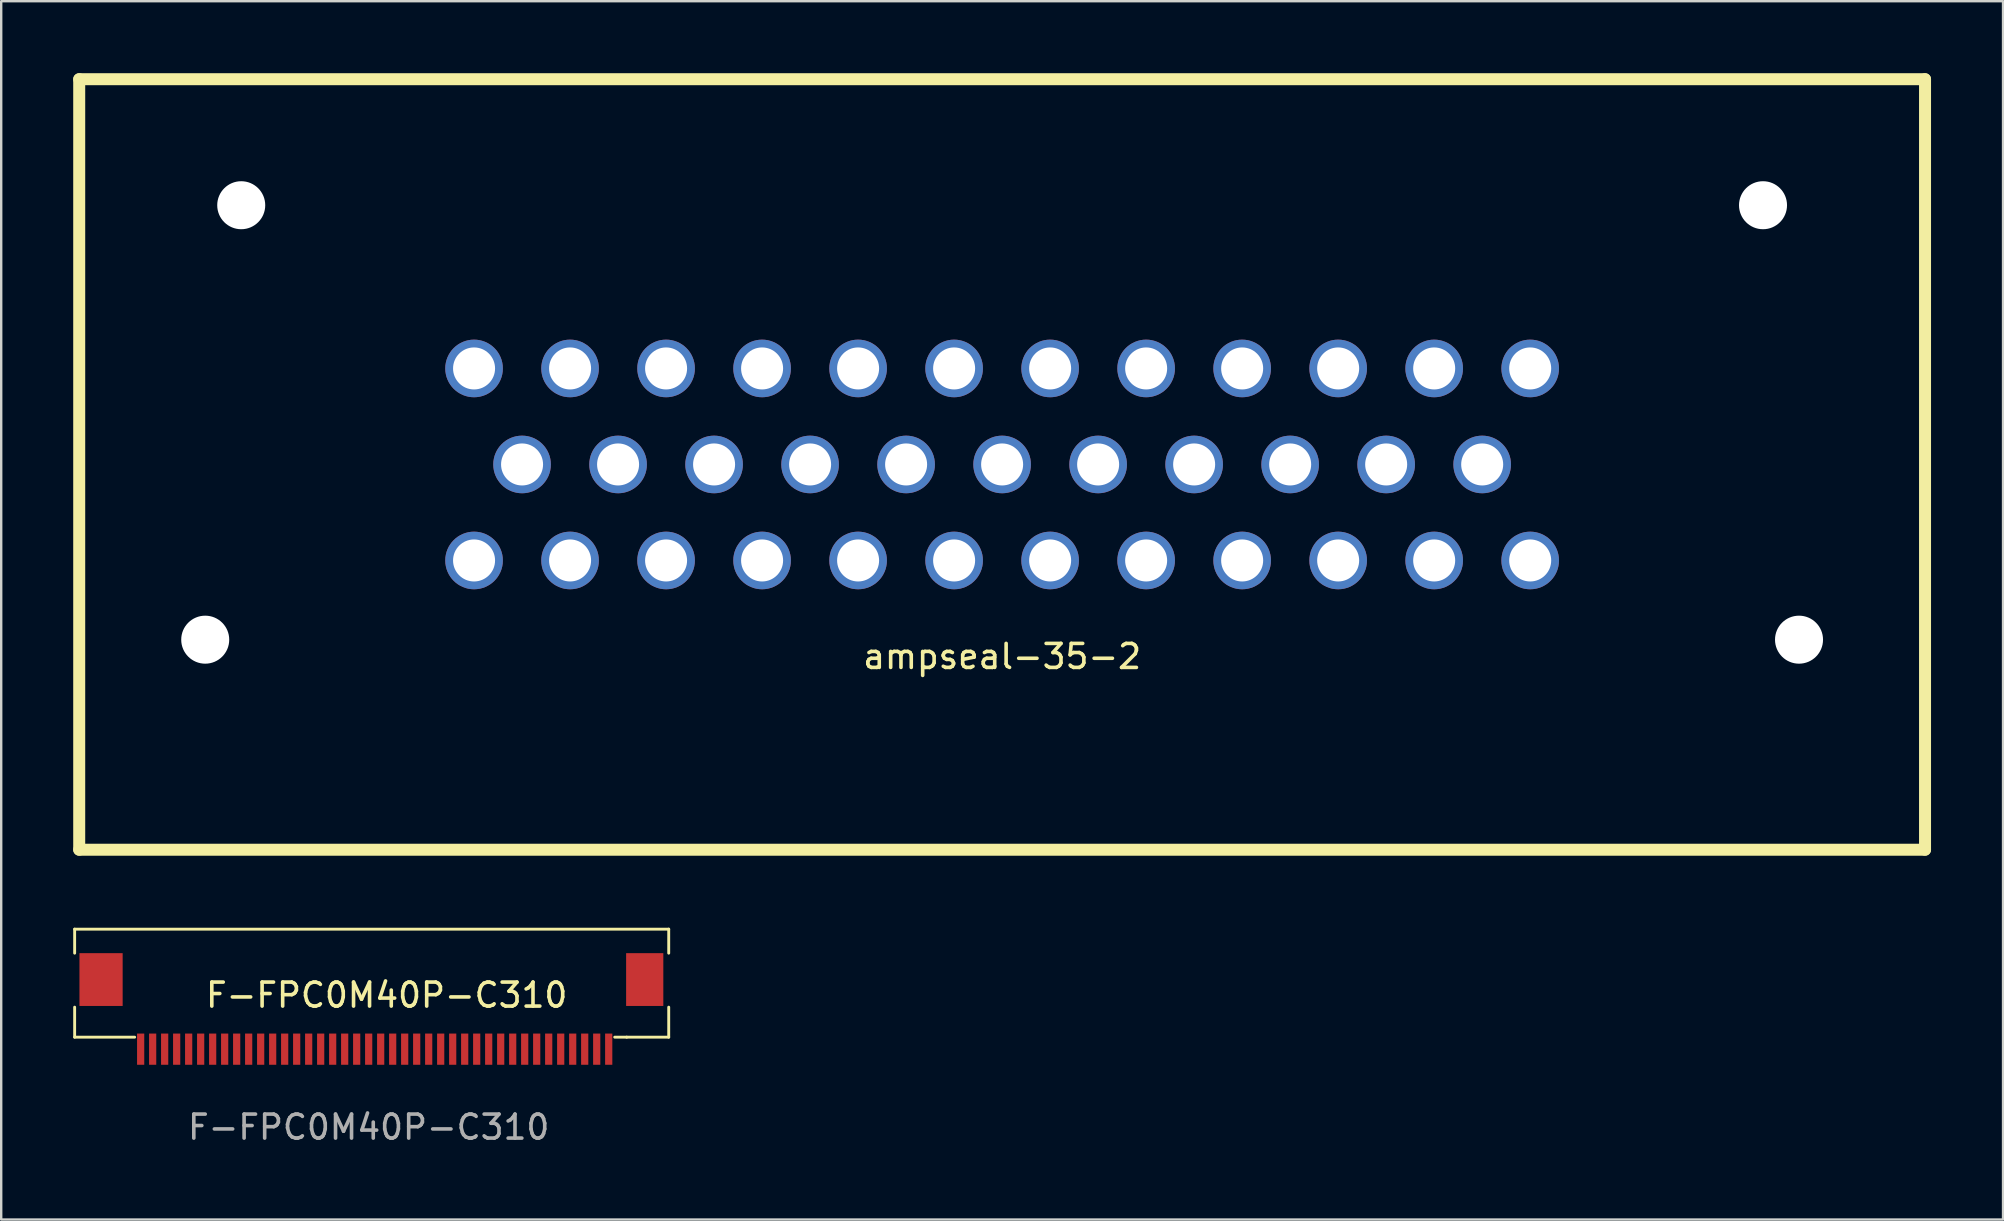
<source format=kicad_pcb>
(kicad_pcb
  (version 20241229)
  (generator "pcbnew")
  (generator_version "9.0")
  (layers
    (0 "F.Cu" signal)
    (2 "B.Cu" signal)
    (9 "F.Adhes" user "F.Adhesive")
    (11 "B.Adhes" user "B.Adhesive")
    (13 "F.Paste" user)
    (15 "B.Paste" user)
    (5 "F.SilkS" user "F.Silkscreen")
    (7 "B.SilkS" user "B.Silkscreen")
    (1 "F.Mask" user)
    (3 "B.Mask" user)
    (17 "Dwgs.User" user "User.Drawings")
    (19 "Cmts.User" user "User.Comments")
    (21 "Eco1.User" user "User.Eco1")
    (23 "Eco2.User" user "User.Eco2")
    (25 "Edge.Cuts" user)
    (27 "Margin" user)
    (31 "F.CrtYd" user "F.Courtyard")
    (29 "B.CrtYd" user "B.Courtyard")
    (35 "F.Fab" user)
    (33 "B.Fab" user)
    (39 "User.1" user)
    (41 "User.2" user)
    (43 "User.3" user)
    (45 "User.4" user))
  (footprint "F-FPC0M40P-C310"
    (layer "F.Cu")
    (at 12.56 38.41)
    (property "Reference" "F-FPC0M40P-C310" (at 0.5 0 0) (unlocked yes) (layer "F.SilkS") (effects (font (size 1 1) (thickness 0.15))))
    (attr smd)
    (fp_line (start -12.5 -2.75) (end -12.5 -1.75) (stroke (width 0.12) (type default)) (layer "F.SilkS"))
    (fp_line (start -12.5 0.5) (end -12.5 1.75) (stroke (width 0.12) (type default)) (layer "F.SilkS"))
    (fp_line (start -12.5 1.75) (end -10 1.75) (stroke (width 0.12) (type default)) (layer "F.SilkS"))
    (fp_line (start 10 1.75) (end 10.5 1.75) (stroke (width 0.12) (type default)) (layer "F.SilkS"))
    (fp_line (start 10.5 1.75) (end 12.25 1.75) (stroke (width 0.12) (type default)) (layer "F.SilkS"))
    (fp_line (start 12.25 -2.75) (end -12.5 -2.75) (stroke (width 0.12) (type default)) (layer "F.SilkS"))
    (fp_line (start 12.25 -1.75) (end 12.25 -2.75) (stroke (width 0.12) (type default)) (layer "F.SilkS"))
    (fp_line (start 12.25 1.75) (end 12.25 0.5) (stroke (width 0.12) (type default)) (layer "F.SilkS"))
    (fp_text user "${REFERENCE}" (at -0.25 5.5 0) (unlocked yes) (layer "F.Fab") (effects (font (size 1 1) (thickness 0.15))))
    (pad "1" smd rect (at -9.75 2.25) (size 0.3 1.3) (layers "F.Cu" "F.Mask" "F.Paste"))
    (pad "2" smd rect (at -9.25 2.25) (size 0.3 1.3) (layers "F.Cu" "F.Mask" "F.Paste"))
    (pad "3" smd rect (at -8.75 2.25) (size 0.3 1.3) (layers "F.Cu" "F.Mask" "F.Paste"))
    (pad "4" smd rect (at -8.25 2.25) (size 0.3 1.3) (layers "F.Cu" "F.Mask" "F.Paste"))
    (pad "5" smd rect (at -7.75 2.25) (size 0.3 1.3) (layers "F.Cu" "F.Mask" "F.Paste"))
    (pad "6" smd rect (at -7.25 2.25) (size 0.3 1.3) (layers "F.Cu" "F.Mask" "F.Paste"))
    (pad "7" smd rect (at -6.75 2.25) (size 0.3 1.3) (layers "F.Cu" "F.Mask" "F.Paste"))
    (pad "8" smd rect (at -6.25 2.25) (size 0.3 1.3) (layers "F.Cu" "F.Mask" "F.Paste"))
    (pad "9" smd rect (at -5.75 2.25) (size 0.3 1.3) (layers "F.Cu" "F.Mask" "F.Paste"))
    (pad "10" smd rect (at -5.25 2.25) (size 0.3 1.3) (layers "F.Cu" "F.Mask" "F.Paste"))
    (pad "11" smd rect (at -4.75 2.25) (size 0.3 1.3) (layers "F.Cu" "F.Mask" "F.Paste"))
    (pad "12" smd rect (at -4.25 2.25) (size 0.3 1.3) (layers "F.Cu" "F.Mask" "F.Paste"))
    (pad "13" smd rect (at -3.75 2.25) (size 0.3 1.3) (layers "F.Cu" "F.Mask" "F.Paste"))
    (pad "14" smd rect (at -3.25 2.25) (size 0.3 1.3) (layers "F.Cu" "F.Mask" "F.Paste"))
    (pad "15" smd rect (at -2.75 2.25) (size 0.3 1.3) (layers "F.Cu" "F.Mask" "F.Paste"))
    (pad "16" smd rect (at -2.25 2.25) (size 0.3 1.3) (layers "F.Cu" "F.Mask" "F.Paste"))
    (pad "17" smd rect (at -1.75 2.25) (size 0.3 1.3) (layers "F.Cu" "F.Mask" "F.Paste"))
    (pad "18" smd rect (at -1.25 2.25) (size 0.3 1.3) (layers "F.Cu" "F.Mask" "F.Paste"))
    (pad "19" smd rect (at -0.75 2.25) (size 0.3 1.3) (layers "F.Cu" "F.Mask" "F.Paste"))
    (pad "20" smd rect (at -0.25 2.25) (size 0.3 1.3) (layers "F.Cu" "F.Mask" "F.Paste"))
    (pad "21" smd rect (at 0.25 2.25) (size 0.3 1.3) (layers "F.Cu" "F.Mask" "F.Paste"))
    (pad "22" smd rect (at 0.75 2.25) (size 0.3 1.3) (layers "F.Cu" "F.Mask" "F.Paste"))
    (pad "23" smd rect (at 1.25 2.25) (size 0.3 1.3) (layers "F.Cu" "F.Mask" "F.Paste"))
    (pad "24" smd rect (at 1.75 2.25) (size 0.3 1.3) (layers "F.Cu" "F.Mask" "F.Paste"))
    (pad "25" smd rect (at 2.25 2.25) (size 0.3 1.3) (layers "F.Cu" "F.Mask" "F.Paste"))
    (pad "26" smd rect (at 2.75 2.25) (size 0.3 1.3) (layers "F.Cu" "F.Mask" "F.Paste"))
    (pad "27" smd rect (at 3.25 2.25) (size 0.3 1.3) (layers "F.Cu" "F.Mask" "F.Paste"))
    (pad "28" smd rect (at 3.75 2.25) (size 0.3 1.3) (layers "F.Cu" "F.Mask" "F.Paste"))
    (pad "29" smd rect (at 4.25 2.25) (size 0.3 1.3) (layers "F.Cu" "F.Mask" "F.Paste"))
    (pad "30" smd rect (at 4.75 2.25) (size 0.3 1.3) (layers "F.Cu" "F.Mask" "F.Paste"))
    (pad "31" smd rect (at 5.25 2.25) (size 0.3 1.3) (layers "F.Cu" "F.Mask" "F.Paste"))
    (pad "32" smd rect (at 5.75 2.25) (size 0.3 1.3) (layers "F.Cu" "F.Mask" "F.Paste"))
    (pad "33" smd rect (at 6.25 2.25) (size 0.3 1.3) (layers "F.Cu" "F.Mask" "F.Paste"))
    (pad "34" smd rect (at 6.75 2.25) (size 0.3 1.3) (layers "F.Cu" "F.Mask" "F.Paste"))
    (pad "35" smd rect (at 7.25 2.25) (size 0.3 1.3) (layers "F.Cu" "F.Mask" "F.Paste"))
    (pad "36" smd rect (at 7.75 2.25) (size 0.3 1.3) (layers "F.Cu" "F.Mask" "F.Paste"))
    (pad "37" smd rect (at 8.25 2.25) (size 0.3 1.3) (layers "F.Cu" "F.Mask" "F.Paste"))
    (pad "38" smd rect (at 8.75 2.25) (size 0.3 1.3) (layers "F.Cu" "F.Mask" "F.Paste"))
    (pad "39" smd rect (at 9.25 2.25) (size 0.3 1.3) (layers "F.Cu" "F.Mask" "F.Paste"))
    (pad "40" smd rect (at 9.75 2.25) (size 0.3 1.3) (layers "F.Cu" "F.Mask" "F.Paste"))
    (pad "41" smd rect (at -11.4 -0.65) (size 1.8 2.2) (layers "F.Cu" "F.Mask" "F.Paste"))
    (pad "42" smd rect (at 11.25 -0.65) (size 1.55 2.2) (layers "F.Cu" "F.Mask" "F.Paste")))
  (footprint "ampseal-35-2"
    (layer "F.Cu")
    (at 38.7 16.3)
    (property "Reference" "ampseal-35-2" (at 0 8 0) (layer "F.SilkS") (effects (font (size 1 1) (thickness 0.15))))
    (attr through_hole)
    (fp_line (start -38.45 -16.05) (end -38.45 16.05) (stroke (width 0.5) (type solid)) (layer "F.SilkS"))
    (fp_line (start -38.45 -16.05) (end 38.45 -16.05) (stroke (width 0.5) (type solid)) (layer "F.SilkS"))
    (fp_line (start -38.45 16.05) (end 38.45 16.05) (stroke (width 0.5) (type solid)) (layer "F.SilkS"))
    (fp_line (start 38.45 -16.05) (end 38.45 16.05) (stroke (width 0.5) (type solid)) (layer "F.SilkS"))
    (pad "" np_thru_hole circle (at -33.2 7.3) (size 2 2) (drill 2) (layers "*.Cu" "*.Mask"))
    (pad "" np_thru_hole circle (at -31.7 -10.8) (size 2 2) (drill 2) (layers "*.Cu" "*.Mask"))
    (pad "" np_thru_hole circle (at 31.7 -10.8) (size 2 2) (drill 2) (layers "*.Cu" "*.Mask"))
    (pad "" np_thru_hole circle (at 33.2 7.3) (size 2 2) (drill 2) (layers "*.Cu" "*.Mask"))
    (pad "1" thru_hole circle (at -22 -4) (size 2.4 2.4) (drill 1.75) (layers "*.Cu" "*.Mask"))
    (pad "2" thru_hole circle (at -18 -4) (size 2.4 2.4) (drill 1.75) (layers "*.Cu" "*.Mask"))
    (pad "3" thru_hole circle (at -14 -4) (size 2.4 2.4) (drill 1.75) (layers "*.Cu" "*.Mask"))
    (pad "4" thru_hole circle (at -10 -4) (size 2.4 2.4) (drill 1.75) (layers "*.Cu" "*.Mask"))
    (pad "5" thru_hole circle (at -6 -4) (size 2.4 2.4) (drill 1.75) (layers "*.Cu" "*.Mask"))
    (pad "6" thru_hole circle (at -2 -4) (size 2.4 2.4) (drill 1.75) (layers "*.Cu" "*.Mask"))
    (pad "7" thru_hole circle (at 2 -4) (size 2.4 2.4) (drill 1.75) (layers "*.Cu" "*.Mask"))
    (pad "8" thru_hole circle (at 6 -4) (size 2.4 2.4) (drill 1.75) (layers "*.Cu" "*.Mask"))
    (pad "9" thru_hole circle (at 10 -4) (size 2.4 2.4) (drill 1.75) (layers "*.Cu" "*.Mask"))
    (pad "10" thru_hole circle (at 14 -4) (size 2.4 2.4) (drill 1.75) (layers "*.Cu" "*.Mask"))
    (pad "11" thru_hole circle (at 18 -4) (size 2.4 2.4) (drill 1.75) (layers "*.Cu" "*.Mask"))
    (pad "12" thru_hole circle (at 22 -4) (size 2.4 2.4) (drill 1.75) (layers "*.Cu" "*.Mask"))
    (pad "13" thru_hole circle (at -20 0) (size 2.4 2.4) (drill 1.75) (layers "*.Cu" "*.Mask"))
    (pad "14" thru_hole circle (at -16 0) (size 2.4 2.4) (drill 1.75) (layers "*.Cu" "*.Mask"))
    (pad "15" thru_hole circle (at -12 0) (size 2.4 2.4) (drill 1.75) (layers "*.Cu" "*.Mask"))
    (pad "16" thru_hole circle (at -8 0) (size 2.4 2.4) (drill 1.75) (layers "*.Cu" "*.Mask"))
    (pad "17" thru_hole circle (at -4 0) (size 2.4 2.4) (drill 1.75) (layers "*.Cu" "*.Mask"))
    (pad "18" thru_hole circle (at 0 0) (size 2.4 2.4) (drill 1.75) (layers "*.Cu" "*.Mask"))
    (pad "19" thru_hole circle (at 4 0) (size 2.4 2.4) (drill 1.75) (layers "*.Cu" "*.Mask"))
    (pad "20" thru_hole circle (at 8 0) (size 2.4 2.4) (drill 1.75) (layers "*.Cu" "*.Mask"))
    (pad "21" thru_hole circle (at 12 0) (size 2.4 2.4) (drill 1.75) (layers "*.Cu" "*.Mask"))
    (pad "22" thru_hole circle (at 16 0) (size 2.4 2.4) (drill 1.75) (layers "*.Cu" "*.Mask"))
    (pad "23" thru_hole circle (at 20 0) (size 2.4 2.4) (drill 1.75) (layers "*.Cu" "*.Mask"))
    (pad "24" thru_hole circle (at -22 4) (size 2.4 2.4) (drill 1.75) (layers "*.Cu" "*.Mask"))
    (pad "25" thru_hole circle (at -18 4) (size 2.4 2.4) (drill 1.75) (layers "*.Cu" "*.Mask"))
    (pad "26" thru_hole circle (at -14 4) (size 2.4 2.4) (drill 1.75) (layers "*.Cu" "*.Mask"))
    (pad "27" thru_hole circle (at -10 4) (size 2.4 2.4) (drill 1.75) (layers "*.Cu" "*.Mask"))
    (pad "28" thru_hole circle (at -6 4) (size 2.4 2.4) (drill 1.75) (layers "*.Cu" "*.Mask"))
    (pad "29" thru_hole circle (at -2 4) (size 2.4 2.4) (drill 1.75) (layers "*.Cu" "*.Mask"))
    (pad "30" thru_hole circle (at 2 4) (size 2.4 2.4) (drill 1.75) (layers "*.Cu" "*.Mask"))
    (pad "31" thru_hole circle (at 6 4) (size 2.4 2.4) (drill 1.75) (layers "*.Cu" "*.Mask"))
    (pad "32" thru_hole circle (at 10 4) (size 2.4 2.4) (drill 1.75) (layers "*.Cu" "*.Mask"))
    (pad "33" thru_hole circle (at 14 4) (size 2.4 2.4) (drill 1.75) (layers "*.Cu" "*.Mask"))
    (pad "34" thru_hole circle (at 18 4) (size 2.4 2.4) (drill 1.75) (layers "*.Cu" "*.Mask"))
    (pad "35" thru_hole circle (at 22 4) (size 2.4 2.4) (drill 1.75) (layers "*.Cu" "*.Mask")))
  (gr_rect
    (start -3 -3)
    (end 80.4 47.758)
    (stroke (width 0.1) (type default))
    (fill no)
    (layer "Edge.Cuts")))
</source>
